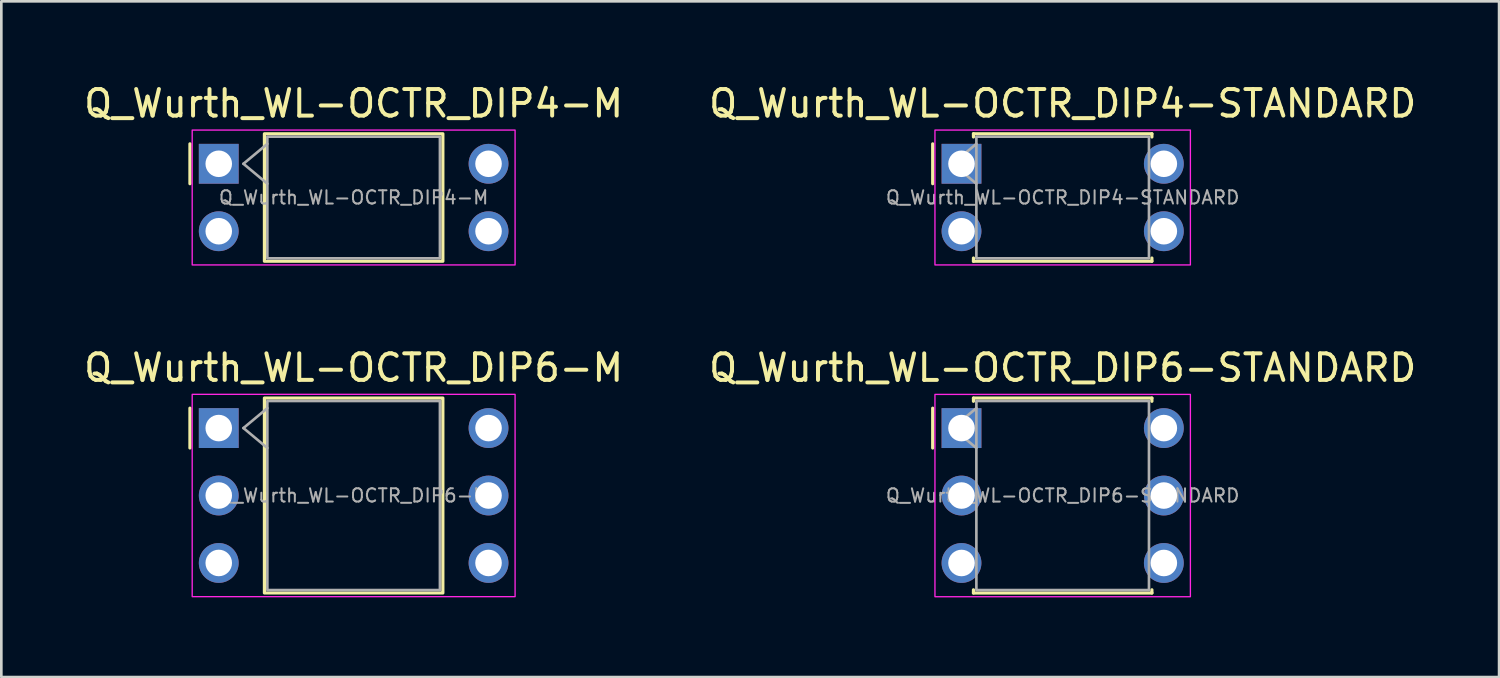
<source format=kicad_pcb>
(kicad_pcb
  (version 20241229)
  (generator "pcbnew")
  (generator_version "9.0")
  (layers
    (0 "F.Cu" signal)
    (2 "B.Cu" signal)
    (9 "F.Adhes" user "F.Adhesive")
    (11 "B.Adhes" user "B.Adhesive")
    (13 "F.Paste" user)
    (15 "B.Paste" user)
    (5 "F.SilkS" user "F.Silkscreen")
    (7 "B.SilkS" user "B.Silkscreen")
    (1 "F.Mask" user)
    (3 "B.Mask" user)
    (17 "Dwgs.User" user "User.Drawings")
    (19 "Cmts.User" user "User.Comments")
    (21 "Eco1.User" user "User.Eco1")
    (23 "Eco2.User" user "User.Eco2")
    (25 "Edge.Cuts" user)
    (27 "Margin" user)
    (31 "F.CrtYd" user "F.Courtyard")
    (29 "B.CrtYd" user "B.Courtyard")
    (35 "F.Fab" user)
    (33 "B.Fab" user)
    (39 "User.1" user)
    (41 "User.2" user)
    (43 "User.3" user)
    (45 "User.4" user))
  (footprint "Q_Wurth_WL-OCTR_DIP4-M"
    (layer "F.Cu")
    (at 10.268 4.388)
    (property "Reference" "Q_Wurth_WL-OCTR_DIP4-M" (at 0 -3.54 0) (unlocked yes) (layer "F.SilkS") (effects (font (size 1 1) (thickness 0.15))))
    (attr through_hole)
    (fp_line (start -6.165 -2.02) (end -6.165 -0.52) (stroke (width 0.12) (type solid)) (layer "F.SilkS"))
    (fp_rect (start -3.36 -2.4) (end 3.36 2.4) (stroke (width 0.12) (type solid)) (fill no) (layer "F.SilkS"))
    (fp_rect (start -6.08 -2.54) (end 6.08 2.54) (stroke (width 0.05) (type solid)) (fill no) (layer "F.CrtYd"))
    (fp_line (start -3.25 -2.02) (end -4.15 -1.27) (stroke (width 0.1) (type solid)) (layer "F.Fab"))
    (fp_line (start -3.25 -0.52) (end -4.15 -1.27) (stroke (width 0.1) (type solid)) (layer "F.Fab"))
    (fp_rect (start -3.25 -2.29) (end 3.25 2.29) (stroke (width 0.1) (type solid)) (fill no) (layer "F.Fab"))
    (fp_text user "${REFERENCE}" (at 0 0 0) (unlocked yes) (layer "F.Fab") (effects (font (size 0.5 0.5) (thickness 0.075))))
    (pad "1" thru_hole rect (at -5.08 -1.27) (size 1.5 1.5) (drill 1) (layers "*.Cu" "*.Mask"))
    (pad "2" thru_hole circle (at -5.08 1.27) (size 1.5 1.5) (drill 1) (layers "*.Cu" "*.Mask"))
    (pad "3" thru_hole circle (at 5.08 1.27) (size 1.5 1.5) (drill 1) (layers "*.Cu" "*.Mask"))
    (pad "4" thru_hole circle (at 5.08 -1.27) (size 1.5 1.5) (drill 1) (layers "*.Cu" "*.Mask")))
  (footprint "Q_Wurth_WL-OCTR_DIP6-STANDARD"
    (layer "F.Cu")
    (at 33.16 13.072)
    (property "Reference" "Q_Wurth_WL-OCTR_DIP6-STANDARD" (at 3.81 -2.27 0) (unlocked yes) (layer "F.SilkS") (effects (font (size 1 1) (thickness 0.15))))
    (attr through_hole)
    (fp_line (start -1.085 -0.75) (end -1.085 0.75) (stroke (width 0.12) (type solid)) (layer "F.SilkS"))
    (fp_line (start 0.45 -1.13) (end 0.45 -1.01) (stroke (width 0.12) (type solid)) (layer "F.SilkS"))
    (fp_line (start 0.45 -1.13) (end 7.17 -1.13) (stroke (width 0.12) (type solid)) (layer "F.SilkS"))
    (fp_line (start 0.45 6.21) (end 0.45 6.09) (stroke (width 0.12) (type solid)) (layer "F.SilkS"))
    (fp_line (start 0.45 6.21) (end 7.17 6.21) (stroke (width 0.12) (type solid)) (layer "F.SilkS"))
    (fp_line (start 7.17 -1.13) (end 7.17 -1.01) (stroke (width 0.12) (type solid)) (layer "F.SilkS"))
    (fp_line (start 7.17 6.21) (end 7.17 6.09) (stroke (width 0.12) (type solid)) (layer "F.SilkS"))
    (fp_rect (start -1 -1.27) (end 8.62 6.35) (stroke (width 0.05) (type solid)) (fill no) (layer "F.CrtYd"))
    (fp_line (start 0.56 -0.75) (end -0.34 0) (stroke (width 0.1) (type solid)) (layer "F.Fab"))
    (fp_line (start 0.56 0.75) (end -0.34 0) (stroke (width 0.1) (type solid)) (layer "F.Fab"))
    (fp_rect (start 0.56 -1.02) (end 7.06 6.1) (stroke (width 0.1) (type solid)) (fill no) (layer "F.Fab"))
    (fp_text user "${REFERENCE}" (at 3.81 2.54 0) (unlocked yes) (layer "F.Fab") (effects (font (size 0.5 0.5) (thickness 0.075))))
    (pad "1" thru_hole rect (at 0 0) (size 1.5 1.5) (drill 1) (layers "*.Cu" "*.Mask"))
    (pad "2" thru_hole circle (at 0 2.54) (size 1.5 1.5) (drill 1) (layers "*.Cu" "*.Mask"))
    (pad "3" thru_hole circle (at 0 5.08) (size 1.5 1.5) (drill 1) (layers "*.Cu" "*.Mask"))
    (pad "4" thru_hole circle (at 7.62 5.08) (size 1.5 1.5) (drill 1) (layers "*.Cu" "*.Mask"))
    (pad "5" thru_hole circle (at 7.62 2.54) (size 1.5 1.5) (drill 1) (layers "*.Cu" "*.Mask"))
    (pad "6" thru_hole circle (at 7.62 0) (size 1.5 1.5) (drill 1) (layers "*.Cu" "*.Mask")))
  (footprint "Q_Wurth_WL-OCTR_DIP4-STANDARD"
    (layer "F.Cu")
    (at 33.16 3.118)
    (property "Reference" "Q_Wurth_WL-OCTR_DIP4-STANDARD" (at 3.81 -2.27 0) (unlocked yes) (layer "F.SilkS") (effects (font (size 1 1) (thickness 0.15))))
    (attr through_hole)
    (fp_line (start -1.085 -0.75) (end -1.085 0.75) (stroke (width 0.12) (type solid)) (layer "F.SilkS"))
    (fp_line (start 0.45 -1.13) (end 0.45 -1.01) (stroke (width 0.12) (type solid)) (layer "F.SilkS"))
    (fp_line (start 0.45 -1.13) (end 7.17 -1.13) (stroke (width 0.12) (type solid)) (layer "F.SilkS"))
    (fp_line (start 0.45 3.67) (end 0.45 3.55) (stroke (width 0.12) (type solid)) (layer "F.SilkS"))
    (fp_line (start 0.45 3.67) (end 7.17 3.67) (stroke (width 0.12) (type solid)) (layer "F.SilkS"))
    (fp_line (start 7.17 -1.13) (end 7.17 -1.01) (stroke (width 0.12) (type solid)) (layer "F.SilkS"))
    (fp_line (start 7.17 3.67) (end 7.17 3.55) (stroke (width 0.12) (type solid)) (layer "F.SilkS"))
    (fp_rect (start -1 -1.27) (end 8.62 3.81) (stroke (width 0.05) (type solid)) (fill no) (layer "F.CrtYd"))
    (fp_line (start 0.56 -0.75) (end -0.34 0) (stroke (width 0.1) (type solid)) (layer "F.Fab"))
    (fp_line (start 0.56 0.75) (end -0.34 0) (stroke (width 0.1) (type solid)) (layer "F.Fab"))
    (fp_rect (start 0.56 -1.02) (end 7.06 3.56) (stroke (width 0.1) (type solid)) (fill no) (layer "F.Fab"))
    (fp_text user "${REFERENCE}" (at 3.81 1.27 0) (unlocked yes) (layer "F.Fab") (effects (font (size 0.5 0.5) (thickness 0.075))))
    (pad "1" thru_hole rect (at 0 0) (size 1.5 1.5) (drill 1) (layers "*.Cu" "*.Mask"))
    (pad "2" thru_hole circle (at 0 2.54) (size 1.5 1.5) (drill 1) (layers "*.Cu" "*.Mask"))
    (pad "3" thru_hole circle (at 7.62 2.54) (size 1.5 1.5) (drill 1) (layers "*.Cu" "*.Mask"))
    (pad "4" thru_hole circle (at 7.62 0) (size 1.5 1.5) (drill 1) (layers "*.Cu" "*.Mask")))
  (footprint "Q_Wurth_WL-OCTR_DIP6-M"
    (layer "F.Cu")
    (at 10.268 15.611)
    (property "Reference" "Q_Wurth_WL-OCTR_DIP6-M" (at 0 -4.81 0) (unlocked yes) (layer "F.SilkS") (effects (font (size 1 1) (thickness 0.15))))
    (attr through_hole)
    (fp_line (start -6.165 -3.29) (end -6.165 -1.79) (stroke (width 0.12) (type solid)) (layer "F.SilkS"))
    (fp_rect (start -3.36 -3.67) (end 3.36 3.67) (stroke (width 0.12) (type solid)) (fill no) (layer "F.SilkS"))
    (fp_rect (start -6.08 -3.81) (end 6.08 3.81) (stroke (width 0.05) (type solid)) (fill no) (layer "F.CrtYd"))
    (fp_line (start -3.25 -3.29) (end -4.15 -2.54) (stroke (width 0.1) (type solid)) (layer "F.Fab"))
    (fp_line (start -3.25 -1.79) (end -4.15 -2.54) (stroke (width 0.1) (type solid)) (layer "F.Fab"))
    (fp_rect (start -3.25 -3.56) (end 3.25 3.56) (stroke (width 0.1) (type solid)) (fill no) (layer "F.Fab"))
    (fp_text user "${REFERENCE}" (at 0 0 0) (unlocked yes) (layer "F.Fab") (effects (font (size 0.5 0.5) (thickness 0.075))))
    (pad "1" thru_hole rect (at -5.08 -2.54) (size 1.5 1.5) (drill 1) (layers "*.Cu" "*.Mask"))
    (pad "2" thru_hole circle (at -5.08 0) (size 1.5 1.5) (drill 1) (layers "*.Cu" "*.Mask"))
    (pad "3" thru_hole circle (at -5.08 2.54) (size 1.5 1.5) (drill 1) (layers "*.Cu" "*.Mask"))
    (pad "4" thru_hole circle (at 5.08 2.54) (size 1.5 1.5) (drill 1) (layers "*.Cu" "*.Mask"))
    (pad "5" thru_hole circle (at 5.08 0) (size 1.5 1.5) (drill 1) (layers "*.Cu" "*.Mask"))
    (pad "6" thru_hole circle (at 5.08 -2.54) (size 1.5 1.5) (drill 1) (layers "*.Cu" "*.Mask")))
  (gr_rect
    (start -3 -3)
    (end 53.405 22.447)
    (stroke (width 0.1) (type default))
    (fill no)
    (layer "Edge.Cuts")))
</source>
